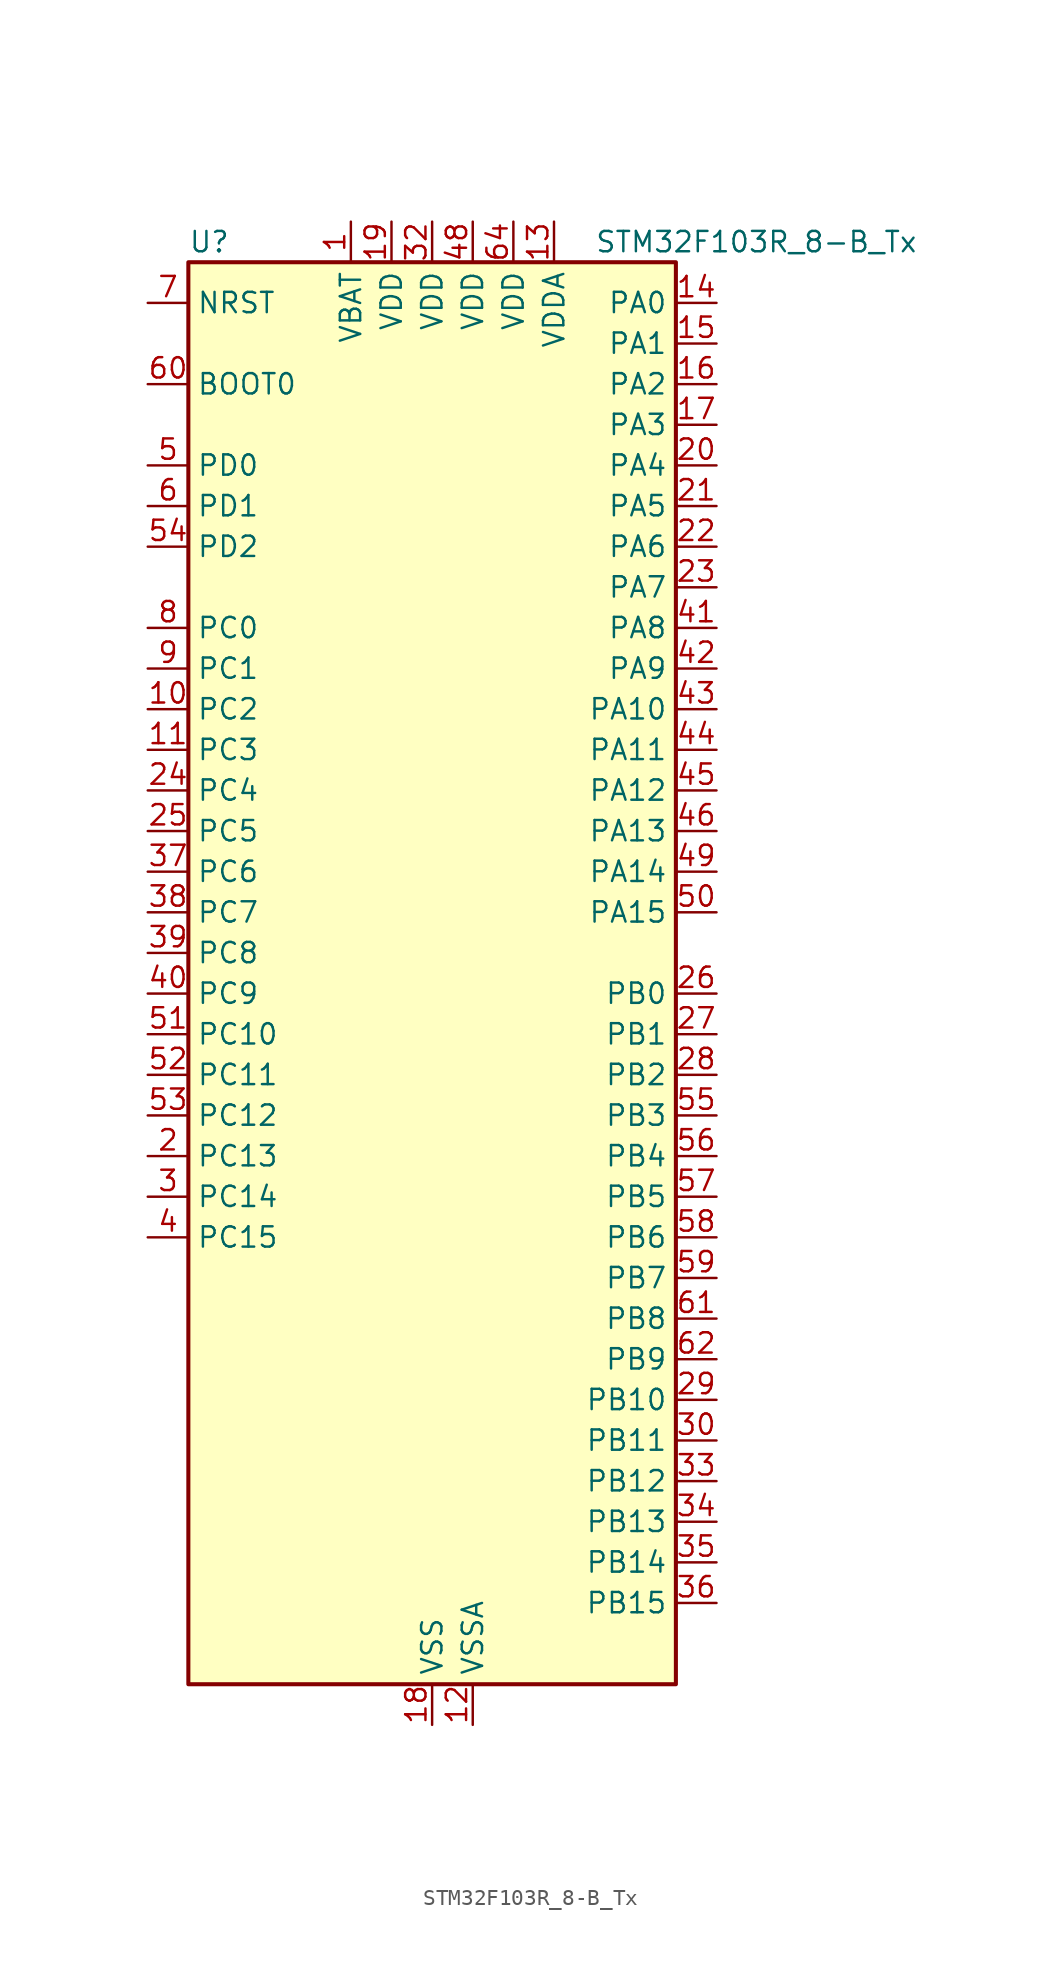
<source format=kicad_sym>
(kicad_symbol_lib
  (version 20231120)
  (generator "kicad_symbol_editor")
  (generator_version "8.0")
  (symbol "STM32F103R_8-B_Tx"
    (property "Reference" "U"
      (at -15.24 46.99 0)
      (effects (font (size 1.27 1.27)) (justify left)))
    (property "Value" "STM32F103R_8-B_Tx"
      (at 10.16 46.99 0)
      (effects (font (size 1.27 1.27)) (justify left)))
    (property "ki_locked" ""
      (at 0 0 0)
      (effects (font (size 1.27 1.27))))
    (symbol "STM32F103R_8-B_Tx_0_1"
      (rectangle (start -15.24 -43.18) (end 15.24 45.72) (stroke (width 0.254) (type default)) (fill (type background))))
    (symbol "STM32F103R_8-B_Tx_1_1"
      (pin power_in line (at -5.08 48.26 270) (length 2.54) (name "VBAT" (effects (font (size 1.27 1.27)))) (number "1" (effects (font (size 1.27 1.27)))))
      (pin bidirectional line (at -17.78 17.78 0) (length 2.54) (name "PC2" (effects (font (size 1.27 1.27)))) (number "10" (effects (font (size 1.27 1.27)))) (alternate "ADC1_IN12" bidirectional line) (alternate "ADC2_IN12" bidirectional line))
      (pin bidirectional line (at -17.78 15.24 0) (length 2.54) (name "PC3" (effects (font (size 1.27 1.27)))) (number "11" (effects (font (size 1.27 1.27)))) (alternate "ADC1_IN13" bidirectional line) (alternate "ADC2_IN13" bidirectional line))
      (pin power_in line (at 2.54 -45.72 90) (length 2.54) (name "VSSA" (effects (font (size 1.27 1.27)))) (number "12" (effects (font (size 1.27 1.27)))))
      (pin power_in line (at 7.62 48.26 270) (length 2.54) (name "VDDA" (effects (font (size 1.27 1.27)))) (number "13" (effects (font (size 1.27 1.27)))))
      (pin bidirectional line (at 17.78 43.18 180) (length 2.54) (name "PA0" (effects (font (size 1.27 1.27)))) (number "14" (effects (font (size 1.27 1.27)))) (alternate "ADC1_IN0" bidirectional line) (alternate "ADC2_IN0" bidirectional line) (alternate "SYS_WKUP" bidirectional line) (alternate "TIM2_CH1" bidirectional line) (alternate "TIM2_ETR" bidirectional line) (alternate "USART2_CTS" bidirectional line))
      (pin bidirectional line (at 17.78 40.64 180) (length 2.54) (name "PA1" (effects (font (size 1.27 1.27)))) (number "15" (effects (font (size 1.27 1.27)))) (alternate "ADC1_IN1" bidirectional line) (alternate "ADC2_IN1" bidirectional line) (alternate "TIM2_CH2" bidirectional line) (alternate "USART2_RTS" bidirectional line))
      (pin bidirectional line (at 17.78 38.1 180) (length 2.54) (name "PA2" (effects (font (size 1.27 1.27)))) (number "16" (effects (font (size 1.27 1.27)))) (alternate "ADC1_IN2" bidirectional line) (alternate "ADC2_IN2" bidirectional line) (alternate "TIM2_CH3" bidirectional line) (alternate "USART2_TX" bidirectional line))
      (pin bidirectional line (at 17.78 35.56 180) (length 2.54) (name "PA3" (effects (font (size 1.27 1.27)))) (number "17" (effects (font (size 1.27 1.27)))) (alternate "ADC1_IN3" bidirectional line) (alternate "ADC2_IN3" bidirectional line) (alternate "TIM2_CH4" bidirectional line) (alternate "USART2_RX" bidirectional line))
      (pin power_in line (at 0 -45.72 90) (length 2.54) (name "VSS" (effects (font (size 1.27 1.27)))) (number "18" (effects (font (size 1.27 1.27)))))
      (pin power_in line (at -2.54 48.26 270) (length 2.54) (name "VDD" (effects (font (size 1.27 1.27)))) (number "19" (effects (font (size 1.27 1.27)))))
      (pin bidirectional line (at -17.78 -10.16 0) (length 2.54) (name "PC13" (effects (font (size 1.27 1.27)))) (number "2" (effects (font (size 1.27 1.27)))) (alternate "RTC_OUT" bidirectional line) (alternate "RTC_TAMPER" bidirectional line))
      (pin bidirectional line (at 17.78 33.02 180) (length 2.54) (name "PA4" (effects (font (size 1.27 1.27)))) (number "20" (effects (font (size 1.27 1.27)))) (alternate "ADC1_IN4" bidirectional line) (alternate "ADC2_IN4" bidirectional line) (alternate "SPI1_NSS" bidirectional line) (alternate "USART2_CK" bidirectional line))
      (pin bidirectional line (at 17.78 30.48 180) (length 2.54) (name "PA5" (effects (font (size 1.27 1.27)))) (number "21" (effects (font (size 1.27 1.27)))) (alternate "ADC1_IN5" bidirectional line) (alternate "ADC2_IN5" bidirectional line) (alternate "SPI1_SCK" bidirectional line))
      (pin bidirectional line (at 17.78 27.94 180) (length 2.54) (name "PA6" (effects (font (size 1.27 1.27)))) (number "22" (effects (font (size 1.27 1.27)))) (alternate "ADC1_IN6" bidirectional line) (alternate "ADC2_IN6" bidirectional line) (alternate "SPI1_MISO" bidirectional line) (alternate "TIM1_BKIN" bidirectional line) (alternate "TIM3_CH1" bidirectional line))
      (pin bidirectional line (at 17.78 25.4 180) (length 2.54) (name "PA7" (effects (font (size 1.27 1.27)))) (number "23" (effects (font (size 1.27 1.27)))) (alternate "ADC1_IN7" bidirectional line) (alternate "ADC2_IN7" bidirectional line) (alternate "SPI1_MOSI" bidirectional line) (alternate "TIM1_CH1N" bidirectional line) (alternate "TIM3_CH2" bidirectional line))
      (pin bidirectional line (at -17.78 12.7 0) (length 2.54) (name "PC4" (effects (font (size 1.27 1.27)))) (number "24" (effects (font (size 1.27 1.27)))) (alternate "ADC1_IN14" bidirectional line) (alternate "ADC2_IN14" bidirectional line))
      (pin bidirectional line (at -17.78 10.16 0) (length 2.54) (name "PC5" (effects (font (size 1.27 1.27)))) (number "25" (effects (font (size 1.27 1.27)))) (alternate "ADC1_IN15" bidirectional line) (alternate "ADC2_IN15" bidirectional line))
      (pin bidirectional line (at 17.78 0 180) (length 2.54) (name "PB0" (effects (font (size 1.27 1.27)))) (number "26" (effects (font (size 1.27 1.27)))) (alternate "ADC1_IN8" bidirectional line) (alternate "ADC2_IN8" bidirectional line) (alternate "TIM1_CH2N" bidirectional line) (alternate "TIM3_CH3" bidirectional line))
      (pin bidirectional line (at 17.78 -2.54 180) (length 2.54) (name "PB1" (effects (font (size 1.27 1.27)))) (number "27" (effects (font (size 1.27 1.27)))) (alternate "ADC1_IN9" bidirectional line) (alternate "ADC2_IN9" bidirectional line) (alternate "TIM1_CH3N" bidirectional line) (alternate "TIM3_CH4" bidirectional line))
      (pin bidirectional line (at 17.78 -5.08 180) (length 2.54) (name "PB2" (effects (font (size 1.27 1.27)))) (number "28" (effects (font (size 1.27 1.27)))))
      (pin bidirectional line (at 17.78 -25.4 180) (length 2.54) (name "PB10" (effects (font (size 1.27 1.27)))) (number "29" (effects (font (size 1.27 1.27)))) (alternate "I2C2_SCL" bidirectional line) (alternate "TIM2_CH3" bidirectional line) (alternate "USART3_TX" bidirectional line))
      (pin bidirectional line (at -17.78 -12.7 0) (length 2.54) (name "PC14" (effects (font (size 1.27 1.27)))) (number "3" (effects (font (size 1.27 1.27)))) (alternate "RCC_OSC32_IN" bidirectional line))
      (pin bidirectional line (at 17.78 -27.94 180) (length 2.54) (name "PB11" (effects (font (size 1.27 1.27)))) (number "30" (effects (font (size 1.27 1.27)))) (alternate "ADC1_EXTI11" bidirectional line) (alternate "ADC2_EXTI11" bidirectional line) (alternate "I2C2_SDA" bidirectional line) (alternate "TIM2_CH4" bidirectional line) (alternate "USART3_RX" bidirectional line))
      (pin passive line (at 0 -45.72 90) (length 2.54) hide (name "VSS" (effects (font (size 1.27 1.27)))) (number "31" (effects (font (size 1.27 1.27)))))
      (pin power_in line (at 0 48.26 270) (length 2.54) (name "VDD" (effects (font (size 1.27 1.27)))) (number "32" (effects (font (size 1.27 1.27)))))
      (pin bidirectional line (at 17.78 -30.48 180) (length 2.54) (name "PB12" (effects (font (size 1.27 1.27)))) (number "33" (effects (font (size 1.27 1.27)))) (alternate "I2C2_SMBA" bidirectional line) (alternate "SPI2_NSS" bidirectional line) (alternate "TIM1_BKIN" bidirectional line) (alternate "USART3_CK" bidirectional line))
      (pin bidirectional line (at 17.78 -33.02 180) (length 2.54) (name "PB13" (effects (font (size 1.27 1.27)))) (number "34" (effects (font (size 1.27 1.27)))) (alternate "SPI2_SCK" bidirectional line) (alternate "TIM1_CH1N" bidirectional line) (alternate "USART3_CTS" bidirectional line))
      (pin bidirectional line (at 17.78 -35.56 180) (length 2.54) (name "PB14" (effects (font (size 1.27 1.27)))) (number "35" (effects (font (size 1.27 1.27)))) (alternate "SPI2_MISO" bidirectional line) (alternate "TIM1_CH2N" bidirectional line) (alternate "USART3_RTS" bidirectional line))
      (pin bidirectional line (at 17.78 -38.1 180) (length 2.54) (name "PB15" (effects (font (size 1.27 1.27)))) (number "36" (effects (font (size 1.27 1.27)))) (alternate "ADC1_EXTI15" bidirectional line) (alternate "ADC2_EXTI15" bidirectional line) (alternate "SPI2_MOSI" bidirectional line) (alternate "TIM1_CH3N" bidirectional line))
      (pin bidirectional line (at -17.78 7.62 0) (length 2.54) (name "PC6" (effects (font (size 1.27 1.27)))) (number "37" (effects (font (size 1.27 1.27)))) (alternate "TIM3_CH1" bidirectional line))
      (pin bidirectional line (at -17.78 5.08 0) (length 2.54) (name "PC7" (effects (font (size 1.27 1.27)))) (number "38" (effects (font (size 1.27 1.27)))) (alternate "TIM3_CH2" bidirectional line))
      (pin bidirectional line (at -17.78 2.54 0) (length 2.54) (name "PC8" (effects (font (size 1.27 1.27)))) (number "39" (effects (font (size 1.27 1.27)))) (alternate "TIM3_CH3" bidirectional line))
      (pin bidirectional line (at -17.78 -15.24 0) (length 2.54) (name "PC15" (effects (font (size 1.27 1.27)))) (number "4" (effects (font (size 1.27 1.27)))) (alternate "ADC1_EXTI15" bidirectional line) (alternate "ADC2_EXTI15" bidirectional line) (alternate "RCC_OSC32_OUT" bidirectional line))
      (pin bidirectional line (at -17.78 0 0) (length 2.54) (name "PC9" (effects (font (size 1.27 1.27)))) (number "40" (effects (font (size 1.27 1.27)))) (alternate "TIM3_CH4" bidirectional line))
      (pin bidirectional line (at 17.78 22.86 180) (length 2.54) (name "PA8" (effects (font (size 1.27 1.27)))) (number "41" (effects (font (size 1.27 1.27)))) (alternate "RCC_MCO" bidirectional line) (alternate "TIM1_CH1" bidirectional line) (alternate "USART1_CK" bidirectional line))
      (pin bidirectional line (at 17.78 20.32 180) (length 2.54) (name "PA9" (effects (font (size 1.27 1.27)))) (number "42" (effects (font (size 1.27 1.27)))) (alternate "TIM1_CH2" bidirectional line) (alternate "USART1_TX" bidirectional line))
      (pin bidirectional line (at 17.78 17.78 180) (length 2.54) (name "PA10" (effects (font (size 1.27 1.27)))) (number "43" (effects (font (size 1.27 1.27)))) (alternate "TIM1_CH3" bidirectional line) (alternate "USART1_RX" bidirectional line))
      (pin bidirectional line (at 17.78 15.24 180) (length 2.54) (name "PA11" (effects (font (size 1.27 1.27)))) (number "44" (effects (font (size 1.27 1.27)))) (alternate "ADC1_EXTI11" bidirectional line) (alternate "ADC2_EXTI11" bidirectional line) (alternate "CAN_RX" bidirectional line) (alternate "TIM1_CH4" bidirectional line) (alternate "USART1_CTS" bidirectional line) (alternate "USB_DM" bidirectional line))
      (pin bidirectional line (at 17.78 12.7 180) (length 2.54) (name "PA12" (effects (font (size 1.27 1.27)))) (number "45" (effects (font (size 1.27 1.27)))) (alternate "CAN_TX" bidirectional line) (alternate "TIM1_ETR" bidirectional line) (alternate "USART1_RTS" bidirectional line) (alternate "USB_DP" bidirectional line))
      (pin bidirectional line (at 17.78 10.16 180) (length 2.54) (name "PA13" (effects (font (size 1.27 1.27)))) (number "46" (effects (font (size 1.27 1.27)))) (alternate "SYS_JTMS-SWDIO" bidirectional line))
      (pin passive line (at 0 -45.72 90) (length 2.54) hide (name "VSS" (effects (font (size 1.27 1.27)))) (number "47" (effects (font (size 1.27 1.27)))))
      (pin power_in line (at 2.54 48.26 270) (length 2.54) (name "VDD" (effects (font (size 1.27 1.27)))) (number "48" (effects (font (size 1.27 1.27)))))
      (pin bidirectional line (at 17.78 7.62 180) (length 2.54) (name "PA14" (effects (font (size 1.27 1.27)))) (number "49" (effects (font (size 1.27 1.27)))) (alternate "SYS_JTCK-SWCLK" bidirectional line))
      (pin bidirectional line (at -17.78 33.02 0) (length 2.54) (name "PD0" (effects (font (size 1.27 1.27)))) (number "5" (effects (font (size 1.27 1.27)))) (alternate "RCC_OSC_IN" bidirectional line))
      (pin bidirectional line (at 17.78 5.08 180) (length 2.54) (name "PA15" (effects (font (size 1.27 1.27)))) (number "50" (effects (font (size 1.27 1.27)))) (alternate "ADC1_EXTI15" bidirectional line) (alternate "ADC2_EXTI15" bidirectional line) (alternate "SPI1_NSS" bidirectional line) (alternate "SYS_JTDI" bidirectional line) (alternate "TIM2_CH1" bidirectional line) (alternate "TIM2_ETR" bidirectional line))
      (pin bidirectional line (at -17.78 -2.54 0) (length 2.54) (name "PC10" (effects (font (size 1.27 1.27)))) (number "51" (effects (font (size 1.27 1.27)))) (alternate "USART3_TX" bidirectional line))
      (pin bidirectional line (at -17.78 -5.08 0) (length 2.54) (name "PC11" (effects (font (size 1.27 1.27)))) (number "52" (effects (font (size 1.27 1.27)))) (alternate "ADC1_EXTI11" bidirectional line) (alternate "ADC2_EXTI11" bidirectional line) (alternate "USART3_RX" bidirectional line))
      (pin bidirectional line (at -17.78 -7.62 0) (length 2.54) (name "PC12" (effects (font (size 1.27 1.27)))) (number "53" (effects (font (size 1.27 1.27)))) (alternate "USART3_CK" bidirectional line))
      (pin bidirectional line (at -17.78 27.94 0) (length 2.54) (name "PD2" (effects (font (size 1.27 1.27)))) (number "54" (effects (font (size 1.27 1.27)))) (alternate "TIM3_ETR" bidirectional line))
      (pin bidirectional line (at 17.78 -7.62 180) (length 2.54) (name "PB3" (effects (font (size 1.27 1.27)))) (number "55" (effects (font (size 1.27 1.27)))) (alternate "SPI1_SCK" bidirectional line) (alternate "SYS_JTDO-TRACESWO" bidirectional line) (alternate "TIM2_CH2" bidirectional line))
      (pin bidirectional line (at 17.78 -10.16 180) (length 2.54) (name "PB4" (effects (font (size 1.27 1.27)))) (number "56" (effects (font (size 1.27 1.27)))) (alternate "SPI1_MISO" bidirectional line) (alternate "SYS_NJTRST" bidirectional line) (alternate "TIM3_CH1" bidirectional line))
      (pin bidirectional line (at 17.78 -12.7 180) (length 2.54) (name "PB5" (effects (font (size 1.27 1.27)))) (number "57" (effects (font (size 1.27 1.27)))) (alternate "I2C1_SMBA" bidirectional line) (alternate "SPI1_MOSI" bidirectional line) (alternate "TIM3_CH2" bidirectional line))
      (pin bidirectional line (at 17.78 -15.24 180) (length 2.54) (name "PB6" (effects (font (size 1.27 1.27)))) (number "58" (effects (font (size 1.27 1.27)))) (alternate "I2C1_SCL" bidirectional line) (alternate "TIM4_CH1" bidirectional line) (alternate "USART1_TX" bidirectional line))
      (pin bidirectional line (at 17.78 -17.78 180) (length 2.54) (name "PB7" (effects (font (size 1.27 1.27)))) (number "59" (effects (font (size 1.27 1.27)))) (alternate "I2C1_SDA" bidirectional line) (alternate "TIM4_CH2" bidirectional line) (alternate "USART1_RX" bidirectional line))
      (pin bidirectional line (at -17.78 30.48 0) (length 2.54) (name "PD1" (effects (font (size 1.27 1.27)))) (number "6" (effects (font (size 1.27 1.27)))) (alternate "RCC_OSC_OUT" bidirectional line))
      (pin input line (at -17.78 38.1 0) (length 2.54) (name "BOOT0" (effects (font (size 1.27 1.27)))) (number "60" (effects (font (size 1.27 1.27)))))
      (pin bidirectional line (at 17.78 -20.32 180) (length 2.54) (name "PB8" (effects (font (size 1.27 1.27)))) (number "61" (effects (font (size 1.27 1.27)))) (alternate "CAN_RX" bidirectional line) (alternate "I2C1_SCL" bidirectional line) (alternate "TIM4_CH3" bidirectional line))
      (pin bidirectional line (at 17.78 -22.86 180) (length 2.54) (name "PB9" (effects (font (size 1.27 1.27)))) (number "62" (effects (font (size 1.27 1.27)))) (alternate "CAN_TX" bidirectional line) (alternate "I2C1_SDA" bidirectional line) (alternate "TIM4_CH4" bidirectional line))
      (pin passive line (at 0 -45.72 90) (length 2.54) hide (name "VSS" (effects (font (size 1.27 1.27)))) (number "63" (effects (font (size 1.27 1.27)))))
      (pin power_in line (at 5.08 48.26 270) (length 2.54) (name "VDD" (effects (font (size 1.27 1.27)))) (number "64" (effects (font (size 1.27 1.27)))))
      (pin input line (at -17.78 43.18 0) (length 2.54) (name "NRST" (effects (font (size 1.27 1.27)))) (number "7" (effects (font (size 1.27 1.27)))))
      (pin bidirectional line (at -17.78 22.86 0) (length 2.54) (name "PC0" (effects (font (size 1.27 1.27)))) (number "8" (effects (font (size 1.27 1.27)))) (alternate "ADC1_IN10" bidirectional line) (alternate "ADC2_IN10" bidirectional line))
      (pin bidirectional line (at -17.78 20.32 0) (length 2.54) (name "PC1" (effects (font (size 1.27 1.27)))) (number "9" (effects (font (size 1.27 1.27)))) (alternate "ADC1_IN11" bidirectional line) (alternate "ADC2_IN11" bidirectional line)))))
</source>
